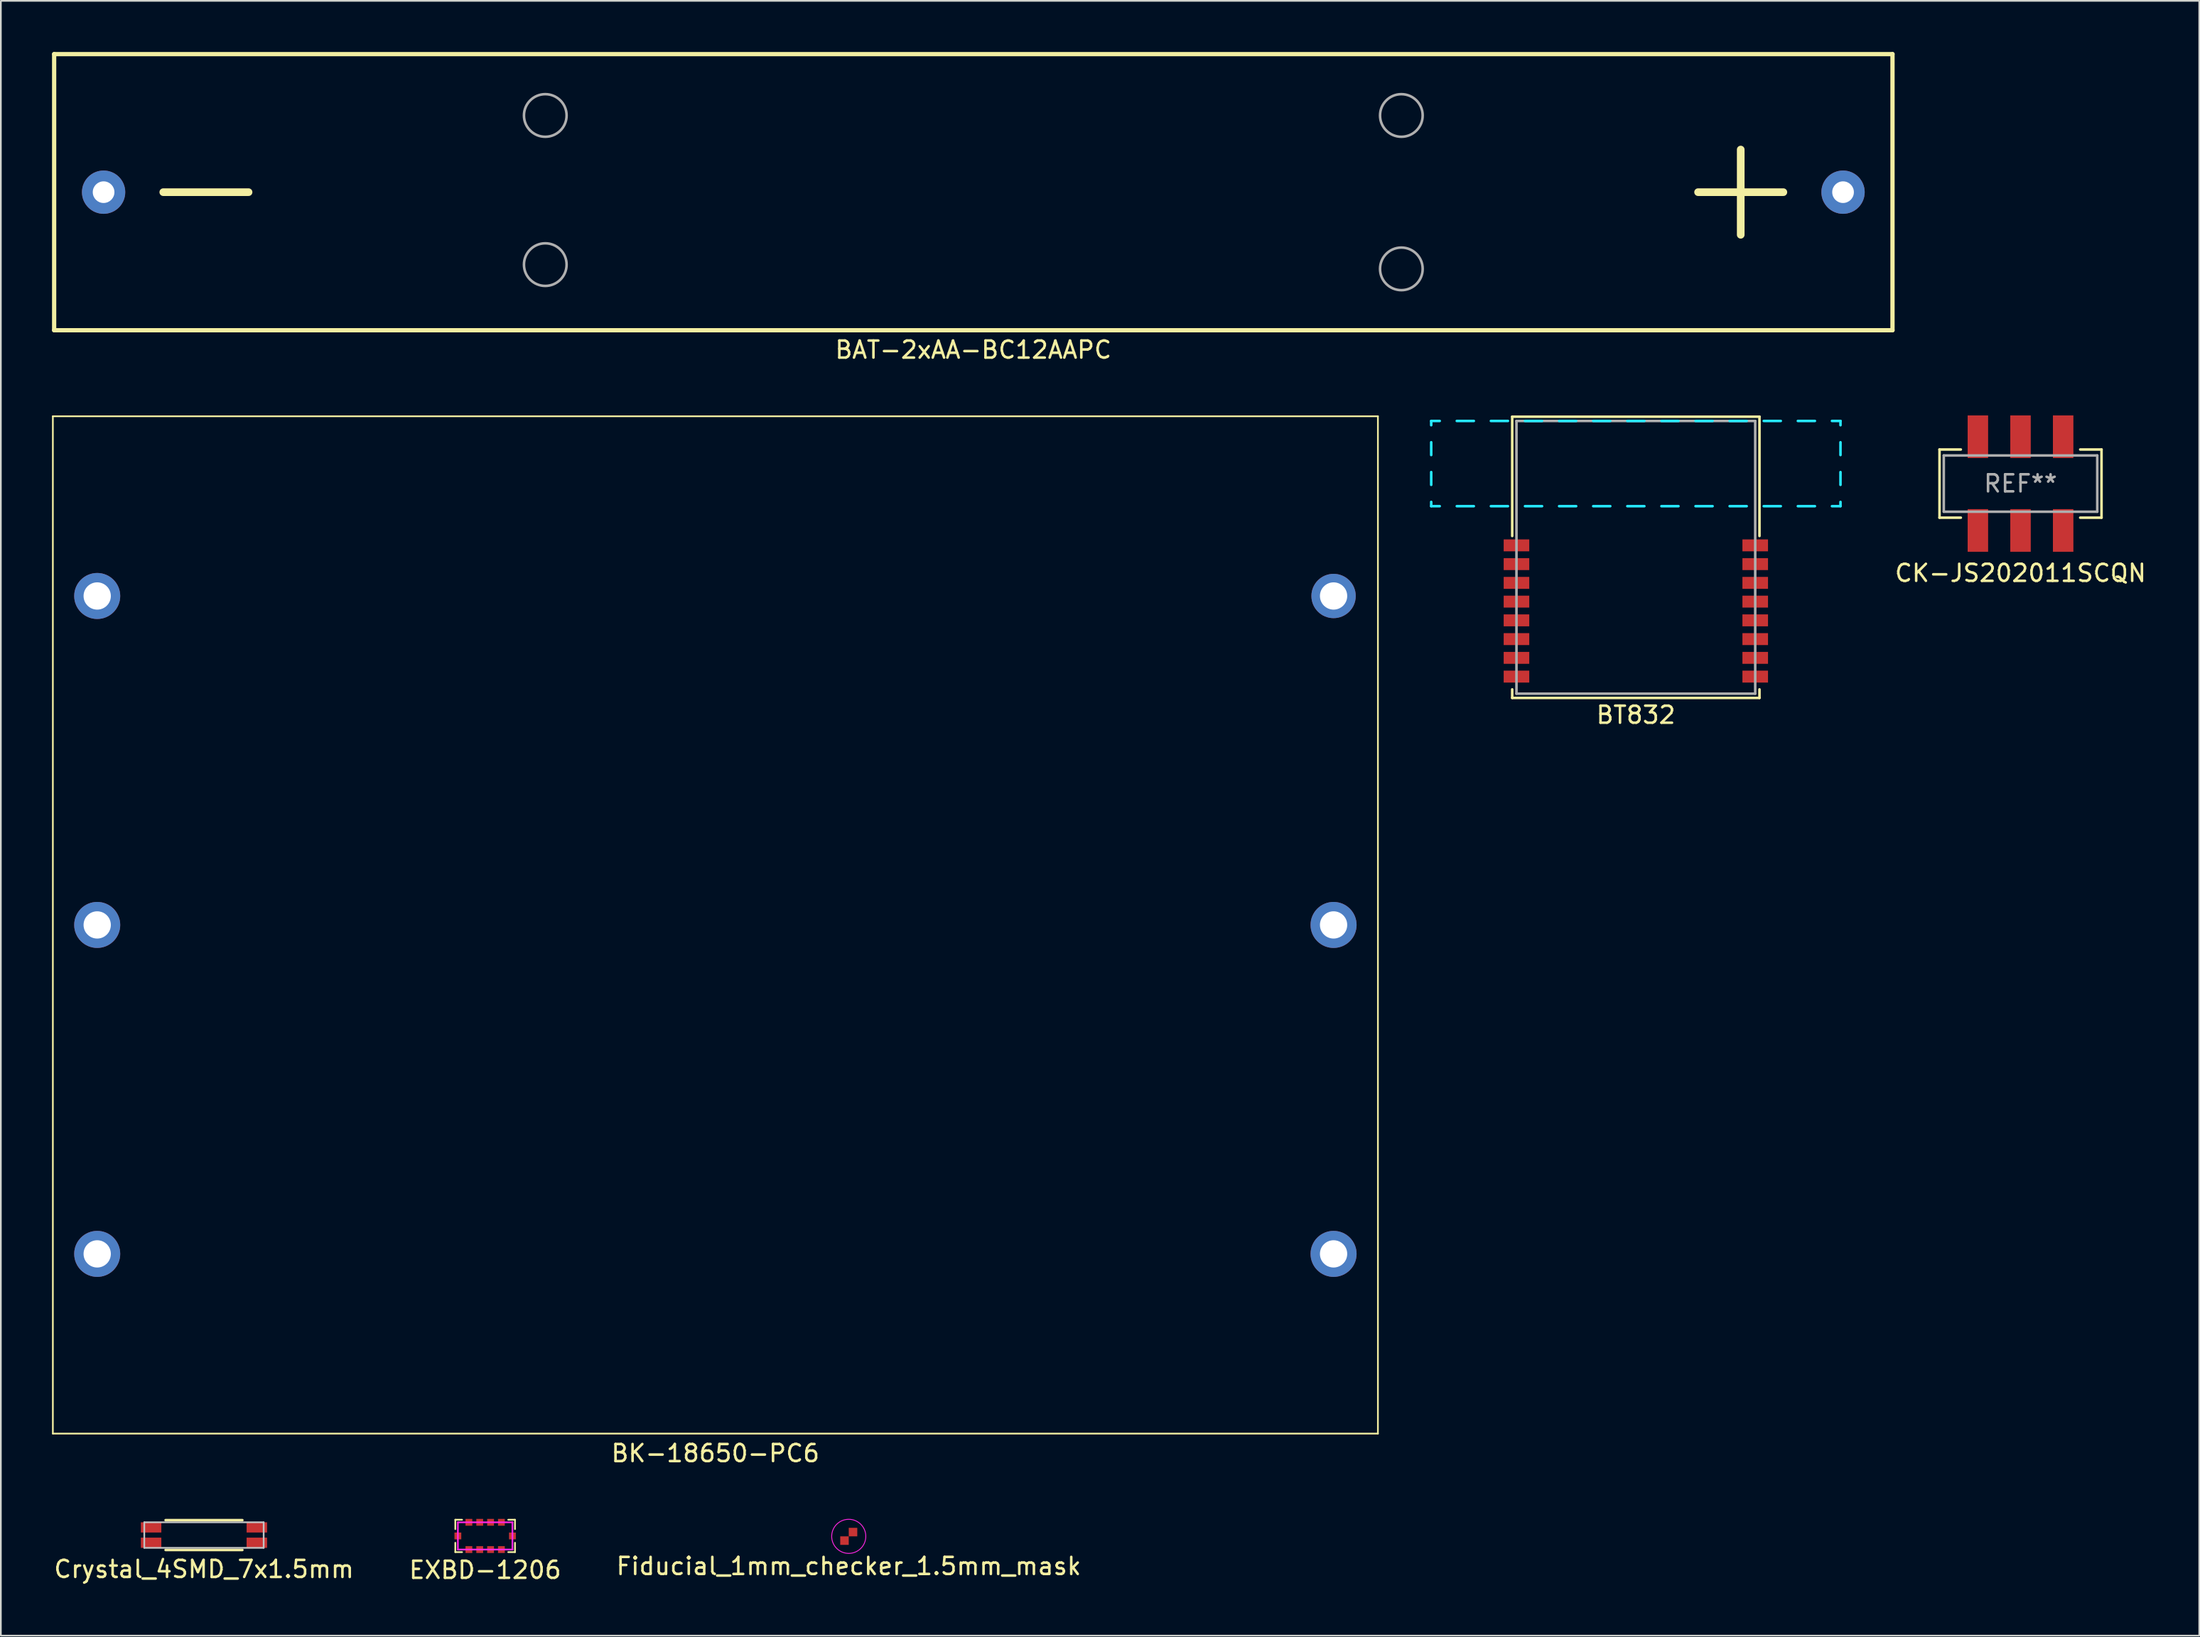
<source format=kicad_pcb>
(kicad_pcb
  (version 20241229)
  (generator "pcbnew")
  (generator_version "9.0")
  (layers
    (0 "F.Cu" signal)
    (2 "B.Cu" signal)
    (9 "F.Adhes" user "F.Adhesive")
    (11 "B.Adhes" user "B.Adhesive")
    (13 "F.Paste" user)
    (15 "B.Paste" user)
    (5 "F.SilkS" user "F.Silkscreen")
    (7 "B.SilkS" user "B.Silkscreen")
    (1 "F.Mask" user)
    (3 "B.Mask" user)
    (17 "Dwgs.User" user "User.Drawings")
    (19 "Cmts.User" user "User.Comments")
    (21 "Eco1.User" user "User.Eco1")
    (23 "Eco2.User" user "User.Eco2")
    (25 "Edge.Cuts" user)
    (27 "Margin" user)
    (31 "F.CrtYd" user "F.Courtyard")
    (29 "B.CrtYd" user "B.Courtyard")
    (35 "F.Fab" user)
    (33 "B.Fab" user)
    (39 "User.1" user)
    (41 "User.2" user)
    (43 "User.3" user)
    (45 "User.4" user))
  (footprint "BAT-2xAA-BC12AAPC"
    (layer "F.Cu")
    (at 54.025 8.225)
    (property "Reference" "BAT-2xAA-BC12AAPC" (at 0 9.25 0) (layer "F.SilkS") (effects (font (size 1 1) (thickness 0.15))))
    (attr through_hole)
    (fp_line (start -53.9 -8.1) (end 53.9 -8.1) (stroke (width 0.25) (type solid)) (layer "F.SilkS"))
    (fp_line (start -53.9 8.1) (end -53.9 -8.1) (stroke (width 0.25) (type solid)) (layer "F.SilkS"))
    (fp_line (start -53.9 8.1) (end 53.9 8.1) (stroke (width 0.25) (type solid)) (layer "F.SilkS"))
    (fp_line (start -47.5 0) (end -42.5 0) (stroke (width 0.45) (type solid)) (layer "F.SilkS"))
    (fp_line (start 45 -2.5) (end 45 2.5) (stroke (width 0.45) (type solid)) (layer "F.SilkS"))
    (fp_line (start 47.5 0) (end 42.5 0) (stroke (width 0.45) (type solid)) (layer "F.SilkS"))
    (fp_line (start 53.9 8.1) (end 53.9 -8.1) (stroke (width 0.25) (type solid)) (layer "F.SilkS"))
    (fp_circle (center -25.1 -4.5) (end -23.85 -4.5) (stroke (width 0.15) (type solid)) (fill no) (layer "F.Fab"))
    (fp_circle (center -25.1 4.25) (end -23.85 4.25) (stroke (width 0.15) (type solid)) (fill no) (layer "F.Fab"))
    (fp_circle (center 25.1 -4.5) (end 26.35 -4.5) (stroke (width 0.15) (type solid)) (fill no) (layer "F.Fab"))
    (fp_circle (center 25.1 4.5) (end 26.35 4.5) (stroke (width 0.15) (type solid)) (fill no) (layer "F.Fab"))
    (pad "1" thru_hole circle (at 51 0) (size 2.54 2.54) (drill 1.27) (layers "*.Cu" "*.Mask"))
    (pad "2" thru_hole circle (at -51 0) (size 2.54 2.54) (drill 1.27) (layers "*.Cu" "*.Mask")))
  (footprint "Fiducial_1mm_checker_1.5mm_mask"
    (layer "F.Cu")
    (at 46.72 87.091)
    (property "Reference" "Fiducial_1mm_checker_1.5mm_mask" (at 0 1.75 0) (layer "F.SilkS") (effects (font (size 1 1) (thickness 0.15))))
    (attr through_hole)
    (fp_circle (center 0 0) (end 1 0) (stroke (width 0.05) (type solid)) (fill no) (layer "F.CrtYd"))
    (pad "" smd circle (at 0 0) (size 1.5 1.5) (layers "F.Mask"))
    (pad "1" smd rect (at -0.25 0.25) (size 0.5 0.5) (layers "F.Cu"))
    (pad "1" smd rect (at 0.25 -0.25) (size 0.5 0.5) (layers "F.Cu")))
  (footprint "BT832"
    (layer "F.Cu")
    (at 92.875 29.648)
    (property "Reference" "BT832" (at 0 9.25 0) (layer "F.SilkS") (effects (font (size 1 1) (thickness 0.15))))
    (attr smd)
    (fp_line (start -7.25 -8.25) (end -7.25 -1.25) (stroke (width 0.15) (type solid)) (layer "F.SilkS"))
    (fp_line (start -7.25 -8.25) (end 7.25 -8.25) (stroke (width 0.15) (type solid)) (layer "F.SilkS"))
    (fp_line (start -7.25 7.75) (end -7.25 8.25) (stroke (width 0.15) (type solid)) (layer "F.SilkS"))
    (fp_line (start -7.25 8.25) (end 7.25 8.25) (stroke (width 0.15) (type solid)) (layer "F.SilkS"))
    (fp_line (start 7.25 -8.25) (end 7.25 -1.25) (stroke (width 0.15) (type solid)) (layer "F.SilkS"))
    (fp_line (start 7.25 7.75) (end 7.25 8.25) (stroke (width 0.15) (type solid)) (layer "F.SilkS"))
    (fp_line (start -12 -8) (end -12 -7.75) (stroke (width 0.15) (type solid)) (layer "B.CrtYd"))
    (fp_line (start -12 -6.75) (end -12 -6) (stroke (width 0.15) (type solid)) (layer "B.CrtYd"))
    (fp_line (start -12 -4.25) (end -12 -5) (stroke (width 0.15) (type solid)) (layer "B.CrtYd"))
    (fp_line (start -12 -3.25) (end -12 -3) (stroke (width 0.15) (type solid)) (layer "B.CrtYd"))
    (fp_line (start -11.5 -8) (end -12 -8) (stroke (width 0.15) (type solid)) (layer "B.CrtYd"))
    (fp_line (start -11.5 -3) (end -12 -3) (stroke (width 0.15) (type solid)) (layer "B.CrtYd"))
    (fp_line (start -9.5 -8) (end -10.5 -8) (stroke (width 0.15) (type solid)) (layer "B.CrtYd"))
    (fp_line (start -9.5 -3) (end -10.5 -3) (stroke (width 0.15) (type solid)) (layer "B.CrtYd"))
    (fp_line (start -7.5 -8) (end -8.5 -8) (stroke (width 0.15) (type solid)) (layer "B.CrtYd"))
    (fp_line (start -7.5 -3) (end -8.5 -3) (stroke (width 0.15) (type solid)) (layer "B.CrtYd"))
    (fp_line (start -5.5 -8) (end -6.5 -8) (stroke (width 0.15) (type solid)) (layer "B.CrtYd"))
    (fp_line (start -5.5 -3) (end -6.5 -3) (stroke (width 0.15) (type solid)) (layer "B.CrtYd"))
    (fp_line (start -3.5 -8) (end -4.5 -8) (stroke (width 0.15) (type solid)) (layer "B.CrtYd"))
    (fp_line (start -3.5 -3) (end -4.5 -3) (stroke (width 0.15) (type solid)) (layer "B.CrtYd"))
    (fp_line (start -1.5 -8) (end -2.5 -8) (stroke (width 0.15) (type solid)) (layer "B.CrtYd"))
    (fp_line (start -1.5 -3) (end -2.5 -3) (stroke (width 0.15) (type solid)) (layer "B.CrtYd"))
    (fp_line (start 0.5 -8) (end -0.5 -8) (stroke (width 0.15) (type solid)) (layer "B.CrtYd"))
    (fp_line (start 0.5 -3) (end -0.5 -3) (stroke (width 0.15) (type solid)) (layer "B.CrtYd"))
    (fp_line (start 2.5 -8) (end 1.5 -8) (stroke (width 0.15) (type solid)) (layer "B.CrtYd"))
    (fp_line (start 2.5 -3) (end 1.5 -3) (stroke (width 0.15) (type solid)) (layer "B.CrtYd"))
    (fp_line (start 4.5 -8) (end 3.5 -8) (stroke (width 0.15) (type solid)) (layer "B.CrtYd"))
    (fp_line (start 4.5 -3) (end 3.5 -3) (stroke (width 0.15) (type solid)) (layer "B.CrtYd"))
    (fp_line (start 6.5 -8) (end 5.5 -8) (stroke (width 0.15) (type solid)) (layer "B.CrtYd"))
    (fp_line (start 6.5 -3) (end 5.5 -3) (stroke (width 0.15) (type solid)) (layer "B.CrtYd"))
    (fp_line (start 8.5 -8) (end 7.5 -8) (stroke (width 0.15) (type solid)) (layer "B.CrtYd"))
    (fp_line (start 8.5 -3) (end 7.5 -3) (stroke (width 0.15) (type solid)) (layer "B.CrtYd"))
    (fp_line (start 10.5 -8) (end 9.5 -8) (stroke (width 0.15) (type solid)) (layer "B.CrtYd"))
    (fp_line (start 10.5 -3) (end 9.5 -3) (stroke (width 0.15) (type solid)) (layer "B.CrtYd"))
    (fp_line (start 11.5 -8) (end 12 -8) (stroke (width 0.15) (type solid)) (layer "B.CrtYd"))
    (fp_line (start 11.5 -3) (end 12 -3) (stroke (width 0.15) (type solid)) (layer "B.CrtYd"))
    (fp_line (start 12 -8) (end 12 -7.75) (stroke (width 0.15) (type solid)) (layer "B.CrtYd"))
    (fp_line (start 12 -6.75) (end 12 -6) (stroke (width 0.15) (type solid)) (layer "B.CrtYd"))
    (fp_line (start 12 -4.25) (end 12 -5) (stroke (width 0.15) (type solid)) (layer "B.CrtYd"))
    (fp_line (start 12 -3.25) (end 12 -3) (stroke (width 0.15) (type solid)) (layer "B.CrtYd"))
    (fp_line (start -7 -8) (end 7 -8) (stroke (width 0.15) (type solid)) (layer "F.Fab"))
    (fp_line (start -7 8) (end -7 -8) (stroke (width 0.15) (type solid)) (layer "F.Fab"))
    (fp_line (start 7 -8) (end 7 8) (stroke (width 0.15) (type solid)) (layer "F.Fab"))
    (fp_line (start 7 8) (end -7 8) (stroke (width 0.15) (type solid)) (layer "F.Fab"))
    (pad "1" smd rect (at -7 -0.7) (size 1.5 0.7) (layers "F.Cu" "F.Mask" "F.Paste"))
    (pad "2" smd rect (at -7 0.4) (size 1.5 0.7) (layers "F.Cu" "F.Mask" "F.Paste"))
    (pad "3" smd rect (at -7 1.5) (size 1.5 0.7) (layers "F.Cu" "F.Mask" "F.Paste"))
    (pad "4" smd rect (at -7 2.6) (size 1.5 0.7) (layers "F.Cu" "F.Mask" "F.Paste"))
    (pad "5" smd rect (at -7 3.7) (size 1.5 0.7) (layers "F.Cu" "F.Mask" "F.Paste"))
    (pad "6" smd rect (at -7 4.8) (size 1.5 0.7) (layers "F.Cu" "F.Mask" "F.Paste"))
    (pad "7" smd rect (at -7 5.9) (size 1.5 0.7) (layers "F.Cu" "F.Mask" "F.Paste"))
    (pad "8" smd rect (at -7 7) (size 1.5 0.7) (layers "F.Cu" "F.Mask" "F.Paste"))
    (pad "9" smd rect (at 7 7) (size 1.5 0.7) (layers "F.Cu" "F.Mask" "F.Paste"))
    (pad "10" smd rect (at 7 5.9) (size 1.5 0.7) (layers "F.Cu" "F.Mask" "F.Paste"))
    (pad "11" smd rect (at 7 4.8) (size 1.5 0.7) (layers "F.Cu" "F.Mask" "F.Paste"))
    (pad "12" smd rect (at 7 3.7) (size 1.5 0.7) (layers "F.Cu" "F.Mask" "F.Paste"))
    (pad "13" smd rect (at 7 2.6) (size 1.5 0.7) (layers "F.Cu" "F.Mask" "F.Paste"))
    (pad "14" smd rect (at 7 1.5) (size 1.5 0.7) (layers "F.Cu" "F.Mask" "F.Paste"))
    (pad "15" smd rect (at 7 0.4) (size 1.5 0.7) (layers "F.Cu" "F.Mask" "F.Paste"))
    (pad "16" smd rect (at 7 -0.7) (size 1.5 0.7) (layers "F.Cu" "F.Mask" "F.Paste")))
  (footprint "EXBD-1206"
    (layer "F.Cu")
    (at 25.399 87.067)
    (property "Reference" "EXBD-1206" (at 0 2 0) (layer "F.SilkS") (effects (font (size 1 1) (thickness 0.15))))
    (attr smd)
    (fp_line (start -1.75 -0.95) (end -1.353 -0.95) (stroke (width 0.1) (type solid)) (layer "F.SilkS"))
    (fp_line (start -1.75 -0.4) (end -1.75 -0.95) (stroke (width 0.1) (type solid)) (layer "F.SilkS"))
    (fp_line (start -1.75 0.4) (end -1.75 0.95) (stroke (width 0.1) (type solid)) (layer "F.SilkS"))
    (fp_line (start -1.75 0.95) (end -1.353 0.95) (stroke (width 0.1) (type solid)) (layer "F.SilkS"))
    (fp_line (start 1.353 -0.95) (end 1.75 -0.95) (stroke (width 0.1) (type solid)) (layer "F.SilkS"))
    (fp_line (start 1.353 0.95) (end 1.75 0.95) (stroke (width 0.1) (type solid)) (layer "F.SilkS"))
    (fp_line (start 1.75 -0.95) (end 1.75 -0.4) (stroke (width 0.1) (type solid)) (layer "F.SilkS"))
    (fp_line (start 1.75 0.95) (end 1.75 0.4) (stroke (width 0.1) (type solid)) (layer "F.SilkS"))
    (fp_line (start -1.6 -0.8) (end -1.6 0.8) (stroke (width 0.1) (type solid)) (layer "F.CrtYd"))
    (fp_line (start -1.6 0.8) (end 1.6 0.8) (stroke (width 0.1) (type solid)) (layer "F.CrtYd"))
    (fp_line (start 1.6 -0.8) (end -1.6 -0.8) (stroke (width 0.1) (type solid)) (layer "F.CrtYd"))
    (fp_line (start 1.6 0.8) (end 1.6 -0.8) (stroke (width 0.1) (type solid)) (layer "F.CrtYd"))
    (pad "1" smd rect (at -1.6 0) (size 0.4 0.4) (layers "F.Cu" "F.Mask" "F.Paste"))
    (pad "1" smd rect (at 1.6 0) (size 0.4 0.4) (layers "F.Cu" "F.Mask" "F.Paste"))
    (pad "2" smd rect (at -0.953 -0.8) (size 0.4 0.4) (layers "F.Cu" "F.Mask" "F.Paste"))
    (pad "3" smd rect (at -0.318 -0.8) (size 0.4 0.4) (layers "F.Cu" "F.Mask" "F.Paste"))
    (pad "4" smd rect (at 0.318 -0.8) (size 0.4 0.4) (layers "F.Cu" "F.Mask" "F.Paste"))
    (pad "5" smd rect (at 0.953 -0.8) (size 0.4 0.4) (layers "F.Cu" "F.Mask" "F.Paste"))
    (pad "6" smd rect (at 0.953 0.8) (size 0.4 0.4) (layers "F.Cu" "F.Mask" "F.Paste"))
    (pad "7" smd rect (at 0.318 0.8) (size 0.4 0.4) (layers "F.Cu" "F.Mask" "F.Paste"))
    (pad "8" smd rect (at -0.318 0.8) (size 0.4 0.4) (layers "F.Cu" "F.Mask" "F.Paste"))
    (pad "9" smd rect (at -0.953 0.8) (size 0.4 0.4) (layers "F.Cu" "F.Mask" "F.Paste")))
  (footprint "BK-18650-PC6"
    (layer "F.Cu")
    (at 38.9 51.218)
    (property "Reference" "BK-18650-PC6" (at 0 31 0) (layer "F.SilkS") (effects (font (size 1 1) (thickness 0.15))))
    (attr through_hole)
    (fp_line (start -38.85 -29.845) (end 38.85 -29.845) (stroke (width 0.1) (type solid)) (layer "F.SilkS"))
    (fp_line (start -38.85 29.845) (end -38.85 -29.845) (stroke (width 0.1) (type solid)) (layer "F.SilkS"))
    (fp_line (start 38.85 -29.845) (end 38.85 29.845) (stroke (width 0.1) (type solid)) (layer "F.SilkS"))
    (fp_line (start 38.85 29.845) (end -38.85 29.845) (stroke (width 0.1) (type solid)) (layer "F.SilkS"))
    (pad "1" thru_hole circle (at -36.25 0) (size 2.7 2.7) (drill 1.6) (layers "*.Cu" "*.Mask"))
    (pad "2" thru_hole circle (at 36.25 0) (size 2.7 2.7) (drill 1.6) (layers "*.Cu" "*.Mask"))
    (pad "3" thru_hole circle (at -36.25 -19.3) (size 2.7 2.7) (drill 1.6) (layers "*.Cu" "*.Mask"))
    (pad "4" thru_hole circle (at 36.25 -19.3) (size 2.6 2.6) (drill 1.6) (layers "*.Cu" "*.Mask"))
    (pad "5" thru_hole circle (at -36.25 19.3) (size 2.7 2.7) (drill 1.6) (layers "*.Cu" "*.Mask"))
    (pad "6" thru_hole circle (at 36.25 19.3) (size 2.7 2.7) (drill 1.6) (layers "*.Cu" "*.Mask")))
  (footprint "Crystal_4SMD_7x1.5mm"
    (layer "F.Cu")
    (at 8.911 87.016)
    (property "Reference" "Crystal_4SMD_7x1.5mm" (at 0 2 0) (layer "F.SilkS") (effects (font (size 1 1) (thickness 0.15))))
    (attr smd)
    (fp_line (start -2.25 -0.875) (end 2.25 -0.875) (stroke (width 0.15) (type solid)) (layer "F.SilkS"))
    (fp_line (start -2.25 0.875) (end 2.25 0.875) (stroke (width 0.15) (type solid)) (layer "F.SilkS"))
    (fp_line (start -3.5 -0.75) (end -3.5 0.75) (stroke (width 0.1) (type solid)) (layer "Dwgs.User"))
    (fp_line (start -3.5 -0.75) (end 3.5 -0.75) (stroke (width 0.1) (type solid)) (layer "Dwgs.User"))
    (fp_line (start 3.5 -0.75) (end 3.5 0.75) (stroke (width 0.1) (type solid)) (layer "Dwgs.User"))
    (fp_line (start 3.5 0.75) (end -3.5 0.75) (stroke (width 0.1) (type solid)) (layer "Dwgs.User"))
    (pad "1" smd rect (at -3.1 0.45) (size 1.2 0.6) (layers "F.Cu" "F.Mask" "F.Paste"))
    (pad "2" smd rect (at 3.1 0.45) (size 1.2 0.6) (layers "F.Cu" "F.Mask" "F.Paste"))
    (pad "3" smd rect (at 3.1 -0.45) (size 1.2 0.6) (layers "F.Cu" "F.Mask" "F.Paste"))
    (pad "4" smd rect (at -3.1 -0.45) (size 1.2 0.6) (layers "F.Cu" "F.Mask" "F.Paste")))
  (footprint "CK-JS202011SCQN"
    (layer "F.Cu")
    (at 115.432 25.323)
    (property "Reference" "CK-JS202011SCQN" (at 0 5.25 0) (layer "F.SilkS") (effects (font (size 1 1) (thickness 0.15))))
    (attr smd)
    (fp_line (start -4.75 -2) (end -4.75 2) (stroke (width 0.15) (type solid)) (layer "F.SilkS"))
    (fp_line (start -4.75 2) (end -3.5 2) (stroke (width 0.15) (type solid)) (layer "F.SilkS"))
    (fp_line (start -3.5 -2) (end -4.75 -2) (stroke (width 0.15) (type solid)) (layer "F.SilkS"))
    (fp_line (start 3.5 -2) (end 4.75 -2) (stroke (width 0.15) (type solid)) (layer "F.SilkS"))
    (fp_line (start 4.75 -2) (end 4.75 2) (stroke (width 0.15) (type solid)) (layer "F.SilkS"))
    (fp_line (start 4.75 2) (end 3.5 2) (stroke (width 0.15) (type solid)) (layer "F.SilkS"))
    (fp_line (start -4.5 -1.65) (end -4.5 1.65) (stroke (width 0.15) (type solid)) (layer "F.Fab"))
    (fp_line (start -4.5 -1.65) (end 4.5 -1.65) (stroke (width 0.15) (type solid)) (layer "F.Fab"))
    (fp_line (start -4.5 1.65) (end 4.5 1.65) (stroke (width 0.15) (type solid)) (layer "F.Fab"))
    (fp_line (start 4.5 -1.65) (end 4.5 1.65) (stroke (width 0.15) (type solid)) (layer "F.Fab"))
    (fp_text user "REF**" (at 0 0 0) (layer "F.Fab") (effects (font (size 1 1) (thickness 0.15))))
    (pad "1" smd rect (at -2.5 2.75) (size 1.2 2.5) (layers "F.Cu" "F.Mask" "F.Paste"))
    (pad "2" smd rect (at 0 2.75) (size 1.2 2.5) (layers "F.Cu" "F.Mask" "F.Paste"))
    (pad "3" smd rect (at 2.5 2.75) (size 1.2 2.5) (layers "F.Cu" "F.Mask" "F.Paste"))
    (pad "4" smd rect (at -2.5 -2.75) (size 1.2 2.5) (layers "F.Cu" "F.Mask" "F.Paste"))
    (pad "5" smd rect (at 0 -2.75) (size 1.2 2.5) (layers "F.Cu" "F.Mask" "F.Paste"))
    (pad "6" smd rect (at 2.5 -2.75) (size 1.2 2.5) (layers "F.Cu" "F.Mask" "F.Paste")))
  (gr_rect
    (start -3 -3)
    (end 125.914 92.915)
    (stroke (width 0.1) (type default))
    (fill no)
    (layer "Edge.Cuts")))
</source>
